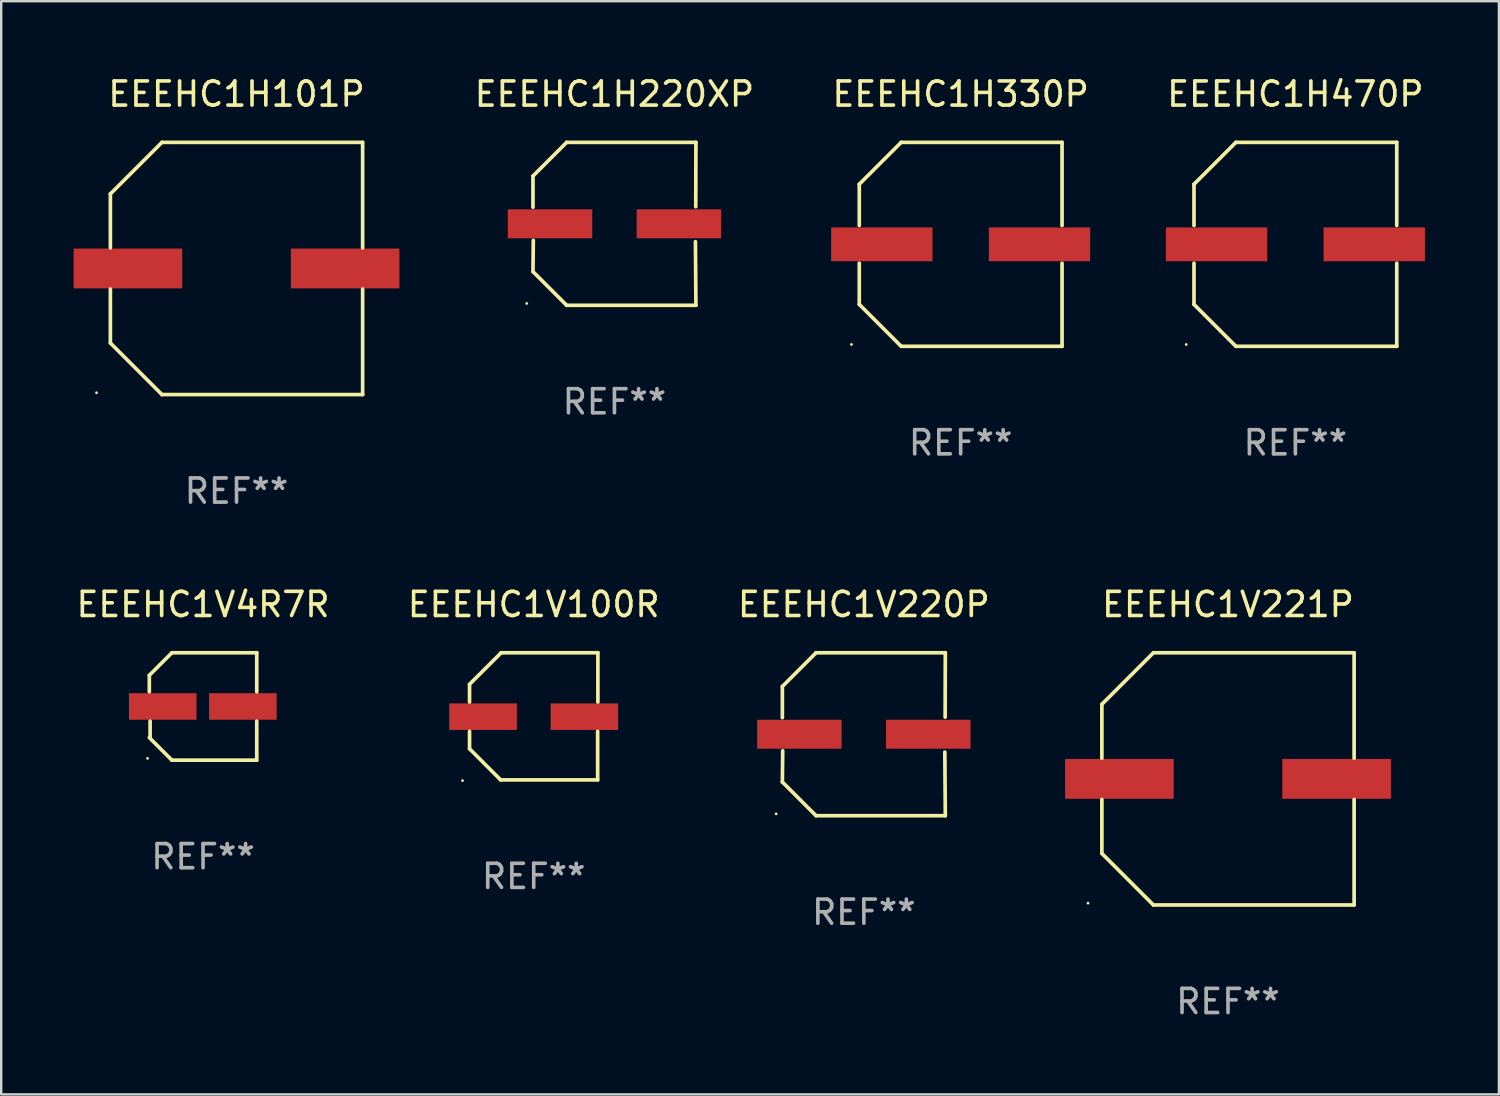
<source format=kicad_pcb>
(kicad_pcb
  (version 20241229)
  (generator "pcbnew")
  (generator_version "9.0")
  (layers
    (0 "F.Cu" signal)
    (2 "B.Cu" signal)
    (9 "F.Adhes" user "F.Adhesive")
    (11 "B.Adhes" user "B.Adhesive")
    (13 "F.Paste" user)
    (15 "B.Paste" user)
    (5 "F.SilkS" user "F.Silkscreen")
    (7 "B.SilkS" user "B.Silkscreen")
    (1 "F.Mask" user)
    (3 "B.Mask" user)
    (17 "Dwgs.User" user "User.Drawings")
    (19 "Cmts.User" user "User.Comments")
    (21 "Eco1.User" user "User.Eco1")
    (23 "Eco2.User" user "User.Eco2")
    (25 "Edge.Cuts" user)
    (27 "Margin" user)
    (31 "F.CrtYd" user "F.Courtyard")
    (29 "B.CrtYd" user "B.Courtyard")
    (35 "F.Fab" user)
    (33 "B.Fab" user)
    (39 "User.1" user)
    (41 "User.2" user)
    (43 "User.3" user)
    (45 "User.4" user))
  (footprint "EEEHC1V220P"
    (layer "F.Cu")
    (at 32.744 27.373)
    (property "Reference" "EEEHC1V220P" (at 0 -5.376 0) (layer "F.SilkS") (effects (font (size 1 1) (thickness 0.15))))
    (attr through_hole)
    (fp_line (start -3.376 -1.98) (end -3.376 -0.686) (stroke (width 0.152) (type solid)) (layer "F.SilkS"))
    (fp_line (start -3.376 1.981) (end -3.362 0.686) (stroke (width 0.152) (type solid)) (layer "F.SilkS"))
    (fp_line (start -1.981 3.376) (end -3.376 1.981) (stroke (width 0.152) (type solid)) (layer "F.SilkS"))
    (fp_line (start -1.98 -3.376) (end -3.376 -1.98) (stroke (width 0.152) (type solid)) (layer "F.SilkS"))
    (fp_line (start 3.356 0.74) (end 3.376 3.376) (stroke (width 0.152) (type solid)) (layer "F.SilkS"))
    (fp_line (start 3.369 -0.707) (end 3.376 -3.376) (stroke (width 0.152) (type solid)) (layer "F.SilkS"))
    (fp_line (start 3.376 3.376) (end -1.981 3.376) (stroke (width 0.152) (type solid)) (layer "F.SilkS"))
    (fp_line (start 3.376 -3.376) (end -1.98 -3.376) (stroke (width 0.152) (type solid)) (layer "F.SilkS"))
    (fp_circle (center -3.634 3.3) (end -3.604 3.3) (stroke (width 0.06) (type solid)) (fill no) (layer "F.SilkS"))
    (fp_text user "REF**" (at 0 7.376 0) (layer "F.Fab") (effects (font (size 1 1) (thickness 0.15))))
    (pad "1" smd rect (at -2.67 0.000254) (size 3.5 1.2) (layers "F.Cu" "F.Mask" "F.Paste"))
    (pad "2" smd rect (at 2.67 0.000254) (size 3.5 1.2) (layers "F.Cu" "F.Mask" "F.Paste")))
  (footprint "EEEHC1H101P"
    (layer "F.Cu")
    (at 6.75 8.074)
    (property "Reference" "EEEHC1H101P" (at 0 -7.226 0) (layer "F.SilkS") (effects (font (size 1 1) (thickness 0.15))))
    (attr through_hole)
    (fp_line (start -5.226 -3.09) (end -5.226 -0.852) (stroke (width 0.152) (type solid)) (layer "F.SilkS"))
    (fp_line (start -5.226 3.09) (end -5.226 0.852) (stroke (width 0.152) (type solid)) (layer "F.SilkS"))
    (fp_line (start -3.09 -5.226) (end -5.226 -3.09) (stroke (width 0.152) (type solid)) (layer "F.SilkS"))
    (fp_line (start -3.09 5.226) (end -5.226 3.09) (stroke (width 0.152) (type solid)) (layer "F.SilkS"))
    (fp_line (start 5.226 -5.226) (end -3.09 -5.226) (stroke (width 0.152) (type solid)) (layer "F.SilkS"))
    (fp_line (start 5.226 -0.852) (end 5.226 -5.226) (stroke (width 0.152) (type solid)) (layer "F.SilkS"))
    (fp_line (start 5.226 0.852) (end 5.226 5.226) (stroke (width 0.152) (type solid)) (layer "F.SilkS"))
    (fp_line (start 5.226 5.226) (end -3.09 5.226) (stroke (width 0.152) (type solid)) (layer "F.SilkS"))
    (fp_circle (center -5.8 5.15) (end -5.77 5.15) (stroke (width 0.06) (type solid)) (fill no) (layer "F.SilkS"))
    (fp_text user "REF**" (at 0 9.226 0) (layer "F.Fab") (effects (font (size 1 1) (thickness 0.15))))
    (pad "1" smd rect (at -4.5 0) (size 4.5 1.65) (layers "F.Cu" "F.Mask" "F.Paste"))
    (pad "2" smd rect (at 4.5 0) (size 4.5 1.65) (layers "F.Cu" "F.Mask" "F.Paste")))
  (footprint "EEEHC1H220XP"
    (layer "F.Cu")
    (at 22.41 6.224)
    (property "Reference" "EEEHC1H220XP" (at 0 -5.376 0) (layer "F.SilkS") (effects (font (size 1 1) (thickness 0.15))))
    (attr through_hole)
    (fp_line (start -3.376 -1.98) (end -3.376 -0.686) (stroke (width 0.152) (type solid)) (layer "F.SilkS"))
    (fp_line (start -3.376 1.981) (end -3.362 0.686) (stroke (width 0.152) (type solid)) (layer "F.SilkS"))
    (fp_line (start -1.981 3.376) (end -3.376 1.981) (stroke (width 0.152) (type solid)) (layer "F.SilkS"))
    (fp_line (start -1.98 -3.376) (end -3.376 -1.98) (stroke (width 0.152) (type solid)) (layer "F.SilkS"))
    (fp_line (start 3.356 0.74) (end 3.376 3.376) (stroke (width 0.152) (type solid)) (layer "F.SilkS"))
    (fp_line (start 3.369 -0.707) (end 3.376 -3.376) (stroke (width 0.152) (type solid)) (layer "F.SilkS"))
    (fp_line (start 3.376 3.376) (end -1.981 3.376) (stroke (width 0.152) (type solid)) (layer "F.SilkS"))
    (fp_line (start 3.376 -3.376) (end -1.98 -3.376) (stroke (width 0.152) (type solid)) (layer "F.SilkS"))
    (fp_circle (center -3.634 3.3) (end -3.604 3.3) (stroke (width 0.06) (type solid)) (fill no) (layer "F.SilkS"))
    (fp_text user "REF**" (at 0 7.376 0) (layer "F.Fab") (effects (font (size 1 1) (thickness 0.15))))
    (pad "1" smd rect (at -2.67 0.000254) (size 3.5 1.2) (layers "F.Cu" "F.Mask" "F.Paste"))
    (pad "2" smd rect (at 2.67 0.000254) (size 3.5 1.2) (layers "F.Cu" "F.Mask" "F.Paste")))
  (footprint "EEEHC1V100R"
    (layer "F.Cu")
    (at 19.065 26.631)
    (property "Reference" "EEEHC1V100R" (at 0 -4.634 0) (layer "F.SilkS") (effects (font (size 1 1) (thickness 0.15))))
    (attr through_hole)
    (fp_line (start -2.659 -1.326) (end -2.659 -0.592) (stroke (width 0.152) (type solid)) (layer "F.SilkS"))
    (fp_line (start -2.659 1.346) (end -2.659 0.622) (stroke (width 0.152) (type solid)) (layer "F.SilkS"))
    (fp_line (start -1.372 2.634) (end -2.659 1.346) (stroke (width 0.152) (type solid)) (layer "F.SilkS"))
    (fp_line (start -1.349 -2.634) (end -2.659 -1.326) (stroke (width 0.152) (type solid)) (layer "F.SilkS"))
    (fp_line (start 2.649 0.622) (end 2.649 2.634) (stroke (width 0.152) (type solid)) (layer "F.SilkS"))
    (fp_line (start 2.649 2.634) (end -1.372 2.634) (stroke (width 0.152) (type solid)) (layer "F.SilkS"))
    (fp_line (start 2.659 -2.634) (end -1.349 -2.634) (stroke (width 0.152) (type solid)) (layer "F.SilkS"))
    (fp_line (start 2.659 -0.592) (end 2.659 -2.634) (stroke (width 0.152) (type solid)) (layer "F.SilkS"))
    (fp_circle (center -2.95 2.665) (end -2.92 2.665) (stroke (width 0.06) (type solid)) (fill no) (layer "F.SilkS"))
    (fp_text user "REF**" (at 0 6.634 0) (layer "F.Fab") (effects (font (size 1 1) (thickness 0.15))))
    (pad "1" smd rect (at -2.1 0.015) (size 2.8 1.1) (layers "F.Cu" "F.Mask" "F.Paste"))
    (pad "2" smd rect (at 2.1 0.015) (size 2.8 1.1) (layers "F.Cu" "F.Mask" "F.Paste")))
  (footprint "EEEHC1V4R7R"
    (layer "F.Cu")
    (at 5.363 26.223)
    (property "Reference" "EEEHC1V4R7R" (at 0 -4.226 0) (layer "F.SilkS") (effects (font (size 1 1) (thickness 0.15))))
    (attr through_hole)
    (fp_line (start -2.226 -1.29) (end -2.226 -0.607) (stroke (width 0.152) (type solid)) (layer "F.SilkS"))
    (fp_line (start -2.193 1.29) (end -2.193 0.607) (stroke (width 0.152) (type solid)) (layer "F.SilkS"))
    (fp_line (start -1.29 2.226) (end -2.226 1.29) (stroke (width 0.152) (type solid)) (layer "F.SilkS"))
    (fp_line (start -1.29 -2.226) (end -2.226 -1.29) (stroke (width 0.152) (type solid)) (layer "F.SilkS"))
    (fp_line (start 2.226 -2.226) (end -1.29 -2.226) (stroke (width 0.152) (type solid)) (layer "F.SilkS"))
    (fp_line (start 2.226 -0.607) (end 2.226 -2.226) (stroke (width 0.152) (type solid)) (layer "F.SilkS"))
    (fp_line (start 2.226 0.607) (end 2.226 2.226) (stroke (width 0.152) (type solid)) (layer "F.SilkS"))
    (fp_line (start 2.226 2.226) (end -1.29 2.226) (stroke (width 0.152) (type solid)) (layer "F.SilkS"))
    (fp_circle (center -2.3 2.15) (end -2.27 2.15) (stroke (width 0.06) (type solid)) (fill no) (layer "F.SilkS"))
    (fp_text user "REF**" (at 0 6.226 0) (layer "F.Fab") (effects (font (size 1 1) (thickness 0.15))))
    (pad "1" smd rect (at -1.67 -0.000025) (size 2.8 1.1) (layers "F.Cu" "F.Mask" "F.Paste"))
    (pad "2" smd rect (at 1.651 -0.000025) (size 2.8 1.1) (layers "F.Cu" "F.Mask" "F.Paste")))
  (footprint "EEEHC1H470P"
    (layer "F.Cu")
    (at 50.625 7.074)
    (property "Reference" "EEEHC1H470P" (at 0 -6.226 0) (layer "F.SilkS") (effects (font (size 1 1) (thickness 0.15))))
    (attr through_hole)
    (fp_line (start -4.201 -2.49) (end -4.201 -0.782) (stroke (width 0.152) (type solid)) (layer "F.SilkS"))
    (fp_line (start -4.201 2.49) (end -4.201 0.782) (stroke (width 0.152) (type solid)) (layer "F.SilkS"))
    (fp_line (start -2.465 -4.226) (end -4.201 -2.49) (stroke (width 0.152) (type solid)) (layer "F.SilkS"))
    (fp_line (start -2.465 4.226) (end -4.201 2.49) (stroke (width 0.152) (type solid)) (layer "F.SilkS"))
    (fp_line (start 4.201 -4.226) (end -2.465 -4.226) (stroke (width 0.152) (type solid)) (layer "F.SilkS"))
    (fp_line (start 4.201 -0.782) (end 4.201 -4.226) (stroke (width 0.152) (type solid)) (layer "F.SilkS"))
    (fp_line (start 4.201 0.782) (end 4.201 4.226) (stroke (width 0.152) (type solid)) (layer "F.SilkS"))
    (fp_line (start 4.201 4.226) (end -2.465 4.226) (stroke (width 0.152) (type solid)) (layer "F.SilkS"))
    (fp_circle (center -4.524 4.15) (end -4.494 4.15) (stroke (width 0.06) (type solid)) (fill no) (layer "F.SilkS"))
    (fp_text user "REF**" (at 0 8.226 0) (layer "F.Fab") (effects (font (size 1 1) (thickness 0.15))))
    (pad "1" smd rect (at -3.267 0) (size 4.2 1.4) (layers "F.Cu" "F.Mask" "F.Paste"))
    (pad "2" smd rect (at 3.267 0) (size 4.2 1.4) (layers "F.Cu" "F.Mask" "F.Paste")))
  (footprint "EEEHC1V221P"
    (layer "F.Cu")
    (at 47.833 29.223)
    (property "Reference" "EEEHC1V221P" (at 0 -7.226 0) (layer "F.SilkS") (effects (font (size 1 1) (thickness 0.15))))
    (attr through_hole)
    (fp_line (start -5.226 -3.09) (end -5.226 -0.852) (stroke (width 0.152) (type solid)) (layer "F.SilkS"))
    (fp_line (start -5.226 3.09) (end -5.226 0.852) (stroke (width 0.152) (type solid)) (layer "F.SilkS"))
    (fp_line (start -3.09 -5.226) (end -5.226 -3.09) (stroke (width 0.152) (type solid)) (layer "F.SilkS"))
    (fp_line (start -3.09 5.226) (end -5.226 3.09) (stroke (width 0.152) (type solid)) (layer "F.SilkS"))
    (fp_line (start 5.226 -5.226) (end -3.09 -5.226) (stroke (width 0.152) (type solid)) (layer "F.SilkS"))
    (fp_line (start 5.226 -0.852) (end 5.226 -5.226) (stroke (width 0.152) (type solid)) (layer "F.SilkS"))
    (fp_line (start 5.226 0.852) (end 5.226 5.226) (stroke (width 0.152) (type solid)) (layer "F.SilkS"))
    (fp_line (start 5.226 5.226) (end -3.09 5.226) (stroke (width 0.152) (type solid)) (layer "F.SilkS"))
    (fp_circle (center -5.8 5.15) (end -5.77 5.15) (stroke (width 0.06) (type solid)) (fill no) (layer "F.SilkS"))
    (fp_text user "REF**" (at 0 9.226 0) (layer "F.Fab") (effects (font (size 1 1) (thickness 0.15))))
    (pad "1" smd rect (at -4.5 0) (size 4.5 1.65) (layers "F.Cu" "F.Mask" "F.Paste"))
    (pad "2" smd rect (at 4.5 0) (size 4.5 1.65) (layers "F.Cu" "F.Mask" "F.Paste")))
  (footprint "EEEHC1H330P"
    (layer "F.Cu")
    (at 36.756 7.074)
    (property "Reference" "EEEHC1H330P" (at 0 -6.226 0) (layer "F.SilkS") (effects (font (size 1 1) (thickness 0.15))))
    (attr through_hole)
    (fp_line (start -4.201 -2.49) (end -4.201 -0.782) (stroke (width 0.152) (type solid)) (layer "F.SilkS"))
    (fp_line (start -4.201 2.49) (end -4.201 0.782) (stroke (width 0.152) (type solid)) (layer "F.SilkS"))
    (fp_line (start -2.465 -4.226) (end -4.201 -2.49) (stroke (width 0.152) (type solid)) (layer "F.SilkS"))
    (fp_line (start -2.465 4.226) (end -4.201 2.49) (stroke (width 0.152) (type solid)) (layer "F.SilkS"))
    (fp_line (start 4.201 -4.226) (end -2.465 -4.226) (stroke (width 0.152) (type solid)) (layer "F.SilkS"))
    (fp_line (start 4.201 -0.782) (end 4.201 -4.226) (stroke (width 0.152) (type solid)) (layer "F.SilkS"))
    (fp_line (start 4.201 0.782) (end 4.201 4.226) (stroke (width 0.152) (type solid)) (layer "F.SilkS"))
    (fp_line (start 4.201 4.226) (end -2.465 4.226) (stroke (width 0.152) (type solid)) (layer "F.SilkS"))
    (fp_circle (center -4.524 4.15) (end -4.494 4.15) (stroke (width 0.06) (type solid)) (fill no) (layer "F.SilkS"))
    (fp_text user "REF**" (at 0 8.226 0) (layer "F.Fab") (effects (font (size 1 1) (thickness 0.15))))
    (pad "1" smd rect (at -3.267 0) (size 4.2 1.4) (layers "F.Cu" "F.Mask" "F.Paste"))
    (pad "2" smd rect (at 3.267 0) (size 4.2 1.4) (layers "F.Cu" "F.Mask" "F.Paste")))
  (gr_rect
    (start -3 -3)
    (end 59.059 42.298)
    (stroke (width 0.1) (type default))
    (fill no)
    (layer "Edge.Cuts")))
</source>
